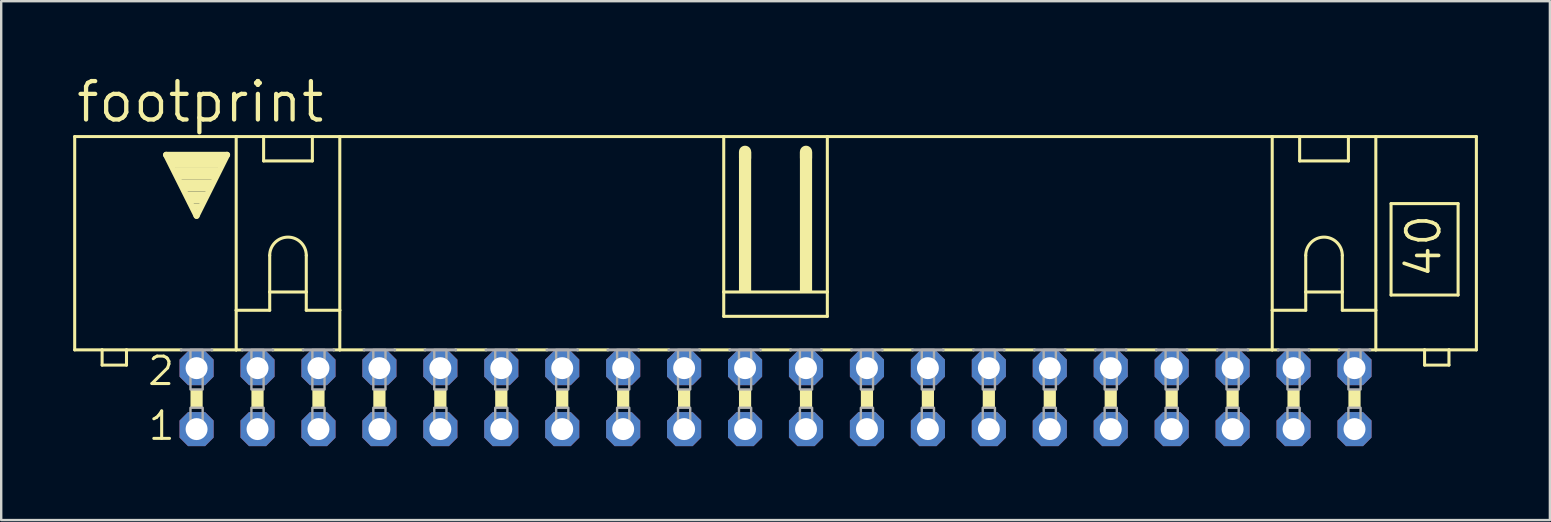
<source format=kicad_pcb>
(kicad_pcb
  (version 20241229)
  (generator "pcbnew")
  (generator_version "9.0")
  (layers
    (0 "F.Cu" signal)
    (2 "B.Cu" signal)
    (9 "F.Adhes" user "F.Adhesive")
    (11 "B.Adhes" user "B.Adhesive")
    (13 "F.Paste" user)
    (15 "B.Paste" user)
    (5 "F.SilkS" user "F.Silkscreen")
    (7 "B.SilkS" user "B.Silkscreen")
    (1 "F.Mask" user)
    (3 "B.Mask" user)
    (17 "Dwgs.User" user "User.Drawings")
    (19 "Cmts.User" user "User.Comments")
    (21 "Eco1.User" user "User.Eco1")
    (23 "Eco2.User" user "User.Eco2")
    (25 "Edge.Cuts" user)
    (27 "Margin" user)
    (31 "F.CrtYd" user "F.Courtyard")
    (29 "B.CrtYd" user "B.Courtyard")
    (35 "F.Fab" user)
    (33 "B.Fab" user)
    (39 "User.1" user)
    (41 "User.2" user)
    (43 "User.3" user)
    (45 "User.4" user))
  (footprint "footprint"
    (layer "F.Cu")
    (at 29.273 13.564)
    (property "Reference" "footprint" (at -29.235 -11.43 0) (layer "F.SilkS") (effects (font (size 1.6 1.6) (thickness 0.178)) (justify left bottom)))
    (fp_line (start -29.21 -2.032) (end -29.21 -10.922) (stroke (width 0.127) (type solid)) (layer "F.SilkS"))
    (fp_line (start -29.21 -2.032) (end -28.067 -2.032) (stroke (width 0.127) (type solid)) (layer "F.SilkS"))
    (fp_line (start -28.067 -2.032) (end -28.067 -1.397) (stroke (width 0.127) (type solid)) (layer "F.SilkS"))
    (fp_line (start -28.067 -2.032) (end -27.051 -2.032) (stroke (width 0.127) (type solid)) (layer "F.SilkS"))
    (fp_line (start -27.051 -2.032) (end -24.765 -2.032) (stroke (width 0.127) (type solid)) (layer "F.SilkS"))
    (fp_line (start -27.051 -1.397) (end -28.067 -1.397) (stroke (width 0.127) (type solid)) (layer "F.SilkS"))
    (fp_line (start -27.051 -1.397) (end -27.051 -2.032) (stroke (width 0.127) (type solid)) (layer "F.SilkS"))
    (fp_line (start -25.4 -10.16) (end -22.86 -10.16) (stroke (width 0.254) (type solid)) (layer "F.SilkS"))
    (fp_line (start -24.13 -7.62) (end -25.4 -10.16) (stroke (width 0.254) (type solid)) (layer "F.SilkS"))
    (fp_line (start -23.495 -2.032) (end -22.479 -2.032) (stroke (width 0.127) (type solid)) (layer "F.SilkS"))
    (fp_line (start -22.86 -10.16) (end -24.13 -7.62) (stroke (width 0.254) (type solid)) (layer "F.SilkS"))
    (fp_line (start -22.479 -10.922) (end -29.21 -10.922) (stroke (width 0.127) (type solid)) (layer "F.SilkS"))
    (fp_line (start -22.479 -10.922) (end -21.336 -10.922) (stroke (width 0.127) (type solid)) (layer "F.SilkS"))
    (fp_line (start -22.479 -3.683) (end -22.479 -10.922) (stroke (width 0.127) (type solid)) (layer "F.SilkS"))
    (fp_line (start -22.479 -3.683) (end -22.479 -2.032) (stroke (width 0.127) (type solid)) (layer "F.SilkS"))
    (fp_line (start -22.479 -3.683) (end -21.082 -3.683) (stroke (width 0.127) (type solid)) (layer "F.SilkS"))
    (fp_line (start -22.479 -2.032) (end -22.225 -2.032) (stroke (width 0.127) (type solid)) (layer "F.SilkS"))
    (fp_line (start -21.336 -10.922) (end -19.304 -10.922) (stroke (width 0.127) (type solid)) (layer "F.SilkS"))
    (fp_line (start -21.336 -9.906) (end -21.336 -10.922) (stroke (width 0.127) (type solid)) (layer "F.SilkS"))
    (fp_line (start -21.336 -9.906) (end -19.304 -9.906) (stroke (width 0.127) (type solid)) (layer "F.SilkS"))
    (fp_line (start -21.082 -5.969) (end -21.082 -4.445) (stroke (width 0.127) (type solid)) (layer "F.SilkS"))
    (fp_line (start -21.082 -4.445) (end -21.082 -3.683) (stroke (width 0.127) (type solid)) (layer "F.SilkS"))
    (fp_line (start -21.082 -4.445) (end -19.558 -4.445) (stroke (width 0.127) (type solid)) (layer "F.SilkS"))
    (fp_line (start -20.955 -2.032) (end -19.685 -2.032) (stroke (width 0.127) (type solid)) (layer "F.SilkS"))
    (fp_line (start -19.558 -5.969) (end -19.558 -4.445) (stroke (width 0.127) (type solid)) (layer "F.SilkS"))
    (fp_line (start -19.558 -4.445) (end -19.558 -3.683) (stroke (width 0.127) (type solid)) (layer "F.SilkS"))
    (fp_line (start -19.558 -3.683) (end -18.161 -3.683) (stroke (width 0.127) (type solid)) (layer "F.SilkS"))
    (fp_line (start -19.304 -10.922) (end -19.304 -9.906) (stroke (width 0.127) (type solid)) (layer "F.SilkS"))
    (fp_line (start -19.304 -10.922) (end -18.161 -10.922) (stroke (width 0.127) (type solid)) (layer "F.SilkS"))
    (fp_line (start -18.415 -2.032) (end -18.161 -2.032) (stroke (width 0.127) (type solid)) (layer "F.SilkS"))
    (fp_line (start -18.161 -10.922) (end -2.159 -10.922) (stroke (width 0.127) (type solid)) (layer "F.SilkS"))
    (fp_line (start -18.161 -3.683) (end -18.161 -10.922) (stroke (width 0.127) (type solid)) (layer "F.SilkS"))
    (fp_line (start -18.161 -3.683) (end -18.161 -2.032) (stroke (width 0.127) (type solid)) (layer "F.SilkS"))
    (fp_line (start -18.161 -2.032) (end -17.145 -2.032) (stroke (width 0.127) (type solid)) (layer "F.SilkS"))
    (fp_line (start -15.875 -2.032) (end -14.605 -2.032) (stroke (width 0.127) (type solid)) (layer "F.SilkS"))
    (fp_line (start -13.335 -2.032) (end -12.065 -2.032) (stroke (width 0.127) (type solid)) (layer "F.SilkS"))
    (fp_line (start -10.795 -2.032) (end -9.525 -2.032) (stroke (width 0.127) (type solid)) (layer "F.SilkS"))
    (fp_line (start -8.255 -2.032) (end -6.985 -2.032) (stroke (width 0.127) (type solid)) (layer "F.SilkS"))
    (fp_line (start -5.715 -2.032) (end -4.445 -2.032) (stroke (width 0.127) (type solid)) (layer "F.SilkS"))
    (fp_line (start -3.175 -2.032) (end -1.905 -2.032) (stroke (width 0.127) (type solid)) (layer "F.SilkS"))
    (fp_line (start -2.159 -10.922) (end -2.159 -4.445) (stroke (width 0.127) (type solid)) (layer "F.SilkS"))
    (fp_line (start -2.159 -10.922) (end 2.159 -10.922) (stroke (width 0.127) (type solid)) (layer "F.SilkS"))
    (fp_line (start -2.159 -4.445) (end -2.159 -3.429) (stroke (width 0.127) (type solid)) (layer "F.SilkS"))
    (fp_line (start -1.27 -10.033) (end -1.27 -10.287) (stroke (width 0.508) (type solid)) (layer "F.SilkS"))
    (fp_line (start -0.635 -2.032) (end 0.635 -2.032) (stroke (width 0.127) (type solid)) (layer "F.SilkS"))
    (fp_line (start 1.27 -10.033) (end 1.27 -10.287) (stroke (width 0.508) (type solid)) (layer "F.SilkS"))
    (fp_line (start 1.905 -2.032) (end 3.175 -2.032) (stroke (width 0.127) (type solid)) (layer "F.SilkS"))
    (fp_line (start 2.159 -10.922) (end 2.159 -4.445) (stroke (width 0.127) (type solid)) (layer "F.SilkS"))
    (fp_line (start 2.159 -10.922) (end 20.701 -10.922) (stroke (width 0.127) (type solid)) (layer "F.SilkS"))
    (fp_line (start 2.159 -4.445) (end -2.159 -4.445) (stroke (width 0.127) (type solid)) (layer "F.SilkS"))
    (fp_line (start 2.159 -4.445) (end 2.159 -3.429) (stroke (width 0.127) (type solid)) (layer "F.SilkS"))
    (fp_line (start 2.159 -3.429) (end -2.159 -3.429) (stroke (width 0.127) (type solid)) (layer "F.SilkS"))
    (fp_line (start 4.445 -2.032) (end 5.715 -2.032) (stroke (width 0.127) (type solid)) (layer "F.SilkS"))
    (fp_line (start 6.985 -2.032) (end 8.255 -2.032) (stroke (width 0.127) (type solid)) (layer "F.SilkS"))
    (fp_line (start 9.525 -2.032) (end 10.795 -2.032) (stroke (width 0.127) (type solid)) (layer "F.SilkS"))
    (fp_line (start 12.065 -2.032) (end 13.335 -2.032) (stroke (width 0.127) (type solid)) (layer "F.SilkS"))
    (fp_line (start 14.605 -2.032) (end 15.875 -2.032) (stroke (width 0.127) (type solid)) (layer "F.SilkS"))
    (fp_line (start 17.145 -2.032) (end 18.415 -2.032) (stroke (width 0.127) (type solid)) (layer "F.SilkS"))
    (fp_line (start 19.685 -2.032) (end 20.701 -2.032) (stroke (width 0.127) (type solid)) (layer "F.SilkS"))
    (fp_line (start 20.701 -10.922) (end 29.21 -10.922) (stroke (width 0.127) (type solid)) (layer "F.SilkS"))
    (fp_line (start 20.701 -3.683) (end 20.701 -10.922) (stroke (width 0.127) (type solid)) (layer "F.SilkS"))
    (fp_line (start 20.701 -3.683) (end 20.701 -2.032) (stroke (width 0.127) (type solid)) (layer "F.SilkS"))
    (fp_line (start 20.701 -3.683) (end 22.098 -3.683) (stroke (width 0.127) (type solid)) (layer "F.SilkS"))
    (fp_line (start 20.701 -2.032) (end 20.955 -2.032) (stroke (width 0.127) (type solid)) (layer "F.SilkS"))
    (fp_line (start 21.844 -9.906) (end 21.844 -10.922) (stroke (width 0.127) (type solid)) (layer "F.SilkS"))
    (fp_line (start 21.844 -9.906) (end 23.876 -9.906) (stroke (width 0.127) (type solid)) (layer "F.SilkS"))
    (fp_line (start 22.098 -5.969) (end 22.098 -4.445) (stroke (width 0.127) (type solid)) (layer "F.SilkS"))
    (fp_line (start 22.098 -4.445) (end 22.098 -3.683) (stroke (width 0.127) (type solid)) (layer "F.SilkS"))
    (fp_line (start 22.098 -4.445) (end 23.622 -4.445) (stroke (width 0.127) (type solid)) (layer "F.SilkS"))
    (fp_line (start 22.225 -2.032) (end 23.495 -2.032) (stroke (width 0.127) (type solid)) (layer "F.SilkS"))
    (fp_line (start 23.622 -5.969) (end 23.622 -4.445) (stroke (width 0.127) (type solid)) (layer "F.SilkS"))
    (fp_line (start 23.622 -4.445) (end 23.622 -3.683) (stroke (width 0.127) (type solid)) (layer "F.SilkS"))
    (fp_line (start 23.622 -3.683) (end 25.019 -3.683) (stroke (width 0.127) (type solid)) (layer "F.SilkS"))
    (fp_line (start 23.876 -10.922) (end 23.876 -9.906) (stroke (width 0.127) (type solid)) (layer "F.SilkS"))
    (fp_line (start 25.019 -3.683) (end 25.019 -10.922) (stroke (width 0.127) (type solid)) (layer "F.SilkS"))
    (fp_line (start 25.019 -3.683) (end 25.019 -2.032) (stroke (width 0.127) (type solid)) (layer "F.SilkS"))
    (fp_line (start 25.019 -2.032) (end 24.765 -2.032) (stroke (width 0.127) (type solid)) (layer "F.SilkS"))
    (fp_line (start 25.654 -8.128) (end 25.654 -4.318) (stroke (width 0.127) (type solid)) (layer "F.SilkS"))
    (fp_line (start 25.654 -8.128) (end 28.448 -8.128) (stroke (width 0.127) (type solid)) (layer "F.SilkS"))
    (fp_line (start 25.654 -4.318) (end 28.448 -4.318) (stroke (width 0.127) (type solid)) (layer "F.SilkS"))
    (fp_line (start 27.051 -2.032) (end 25.019 -2.032) (stroke (width 0.127) (type solid)) (layer "F.SilkS"))
    (fp_line (start 27.051 -2.032) (end 27.051 -1.397) (stroke (width 0.127) (type solid)) (layer "F.SilkS"))
    (fp_line (start 28.067 -2.032) (end 27.051 -2.032) (stroke (width 0.127) (type solid)) (layer "F.SilkS"))
    (fp_line (start 28.067 -1.397) (end 27.051 -1.397) (stroke (width 0.127) (type solid)) (layer "F.SilkS"))
    (fp_line (start 28.067 -1.397) (end 28.067 -2.032) (stroke (width 0.127) (type solid)) (layer "F.SilkS"))
    (fp_line (start 28.448 -4.318) (end 28.448 -8.128) (stroke (width 0.127) (type solid)) (layer "F.SilkS"))
    (fp_line (start 29.21 -2.032) (end 28.067 -2.032) (stroke (width 0.127) (type solid)) (layer "F.SilkS"))
    (fp_line (start 29.21 -2.032) (end 29.21 -10.922) (stroke (width 0.127) (type solid)) (layer "F.SilkS"))
    (fp_arc (start -21.082 -5.969) (mid -20.32 -6.731) (end -19.558 -5.969) (stroke (width 0.127) (type solid)) (layer "F.SilkS"))
    (fp_arc (start 22.098 -5.969) (mid 22.86 -6.731) (end 23.622 -5.969) (stroke (width 0.127) (type solid)) (layer "F.SilkS"))
    (fp_poly (pts (xy -25.273 -9.652) (xy -22.987 -9.652) (xy -22.987 -10.16) (xy -25.273 -10.16)) (stroke (width 0) (type solid)) (fill yes) (layer "F.SilkS"))
    (fp_poly (pts (xy -25.019 -9.144) (xy -23.241 -9.144) (xy -23.241 -9.652) (xy -25.019 -9.652)) (stroke (width 0) (type solid)) (fill yes) (layer "F.SilkS"))
    (fp_poly (pts (xy -24.765 -8.636) (xy -23.495 -8.636) (xy -23.495 -9.144) (xy -24.765 -9.144)) (stroke (width 0) (type solid)) (fill yes) (layer "F.SilkS"))
    (fp_poly (pts (xy -24.511 -8.128) (xy -23.749 -8.128) (xy -23.749 -8.636) (xy -24.511 -8.636)) (stroke (width 0) (type solid)) (fill yes) (layer "F.SilkS"))
    (fp_poly (pts (xy -24.384 0.381) (xy -23.876 0.381) (xy -23.876 -0.381) (xy -24.384 -0.381)) (stroke (width 0) (type solid)) (fill yes) (layer "F.SilkS"))
    (fp_poly (pts (xy -24.257 -7.874) (xy -24.003 -7.874) (xy -24.003 -8.128) (xy -24.257 -8.128)) (stroke (width 0) (type solid)) (fill yes) (layer "F.SilkS"))
    (fp_poly (pts (xy -21.844 0.381) (xy -21.336 0.381) (xy -21.336 -0.381) (xy -21.844 -0.381)) (stroke (width 0) (type solid)) (fill yes) (layer "F.SilkS"))
    (fp_poly (pts (xy -19.304 0.381) (xy -18.796 0.381) (xy -18.796 -0.381) (xy -19.304 -0.381)) (stroke (width 0) (type solid)) (fill yes) (layer "F.SilkS"))
    (fp_poly (pts (xy -16.764 0.381) (xy -16.256 0.381) (xy -16.256 -0.381) (xy -16.764 -0.381)) (stroke (width 0) (type solid)) (fill yes) (layer "F.SilkS"))
    (fp_poly (pts (xy -14.224 0.381) (xy -13.716 0.381) (xy -13.716 -0.381) (xy -14.224 -0.381)) (stroke (width 0) (type solid)) (fill yes) (layer "F.SilkS"))
    (fp_poly (pts (xy -11.684 0.381) (xy -11.176 0.381) (xy -11.176 -0.381) (xy -11.684 -0.381)) (stroke (width 0) (type solid)) (fill yes) (layer "F.SilkS"))
    (fp_poly (pts (xy -9.144 0.381) (xy -8.636 0.381) (xy -8.636 -0.381) (xy -9.144 -0.381)) (stroke (width 0) (type solid)) (fill yes) (layer "F.SilkS"))
    (fp_poly (pts (xy -6.604 0.381) (xy -6.096 0.381) (xy -6.096 -0.381) (xy -6.604 -0.381)) (stroke (width 0) (type solid)) (fill yes) (layer "F.SilkS"))
    (fp_poly (pts (xy -4.064 0.381) (xy -3.556 0.381) (xy -3.556 -0.381) (xy -4.064 -0.381)) (stroke (width 0) (type solid)) (fill yes) (layer "F.SilkS"))
    (fp_poly (pts (xy -1.524 -4.445) (xy -1.016 -4.445) (xy -1.016 -10.287) (xy -1.524 -10.287)) (stroke (width 0) (type solid)) (fill yes) (layer "F.SilkS"))
    (fp_poly (pts (xy -1.524 0.381) (xy -1.016 0.381) (xy -1.016 -0.381) (xy -1.524 -0.381)) (stroke (width 0) (type solid)) (fill yes) (layer "F.SilkS"))
    (fp_poly (pts (xy 1.016 -4.445) (xy 1.524 -4.445) (xy 1.524 -10.287) (xy 1.016 -10.287)) (stroke (width 0) (type solid)) (fill yes) (layer "F.SilkS"))
    (fp_poly (pts (xy 1.016 0.381) (xy 1.524 0.381) (xy 1.524 -0.381) (xy 1.016 -0.381)) (stroke (width 0) (type solid)) (fill yes) (layer "F.SilkS"))
    (fp_poly (pts (xy 3.556 0.381) (xy 4.064 0.381) (xy 4.064 -0.381) (xy 3.556 -0.381)) (stroke (width 0) (type solid)) (fill yes) (layer "F.SilkS"))
    (fp_poly (pts (xy 6.096 0.381) (xy 6.604 0.381) (xy 6.604 -0.381) (xy 6.096 -0.381)) (stroke (width 0) (type solid)) (fill yes) (layer "F.SilkS"))
    (fp_poly (pts (xy 8.636 0.381) (xy 9.144 0.381) (xy 9.144 -0.381) (xy 8.636 -0.381)) (stroke (width 0) (type solid)) (fill yes) (layer "F.SilkS"))
    (fp_poly (pts (xy 11.176 0.381) (xy 11.684 0.381) (xy 11.684 -0.381) (xy 11.176 -0.381)) (stroke (width 0) (type solid)) (fill yes) (layer "F.SilkS"))
    (fp_poly (pts (xy 13.716 0.381) (xy 14.224 0.381) (xy 14.224 -0.381) (xy 13.716 -0.381)) (stroke (width 0) (type solid)) (fill yes) (layer "F.SilkS"))
    (fp_poly (pts (xy 16.256 0.381) (xy 16.764 0.381) (xy 16.764 -0.381) (xy 16.256 -0.381)) (stroke (width 0) (type solid)) (fill yes) (layer "F.SilkS"))
    (fp_poly (pts (xy 18.796 0.381) (xy 19.304 0.381) (xy 19.304 -0.381) (xy 18.796 -0.381)) (stroke (width 0) (type solid)) (fill yes) (layer "F.SilkS"))
    (fp_poly (pts (xy 21.336 0.381) (xy 21.844 0.381) (xy 21.844 -0.381) (xy 21.336 -0.381)) (stroke (width 0) (type solid)) (fill yes) (layer "F.SilkS"))
    (fp_poly (pts (xy 23.876 0.381) (xy 24.384 0.381) (xy 24.384 -0.381) (xy 23.876 -0.381)) (stroke (width 0) (type solid)) (fill yes) (layer "F.SilkS"))
    (fp_line (start -24.765 -2.032) (end -23.495 -2.032) (stroke (width 0.127) (type solid)) (layer "F.Fab"))
    (fp_line (start -22.225 -2.032) (end -20.955 -2.032) (stroke (width 0.127) (type solid)) (layer "F.Fab"))
    (fp_line (start -19.685 -2.032) (end -18.415 -2.032) (stroke (width 0.127) (type solid)) (layer "F.Fab"))
    (fp_line (start -17.145 -2.032) (end -15.875 -2.032) (stroke (width 0.127) (type solid)) (layer "F.Fab"))
    (fp_line (start -14.605 -2.032) (end -13.335 -2.032) (stroke (width 0.127) (type solid)) (layer "F.Fab"))
    (fp_line (start -12.065 -2.032) (end -10.795 -2.032) (stroke (width 0.127) (type solid)) (layer "F.Fab"))
    (fp_line (start -9.525 -2.032) (end -8.255 -2.032) (stroke (width 0.127) (type solid)) (layer "F.Fab"))
    (fp_line (start -6.985 -2.032) (end -5.715 -2.032) (stroke (width 0.127) (type solid)) (layer "F.Fab"))
    (fp_line (start -4.445 -2.032) (end -3.175 -2.032) (stroke (width 0.127) (type solid)) (layer "F.Fab"))
    (fp_line (start -1.905 -2.032) (end -0.635 -2.032) (stroke (width 0.127) (type solid)) (layer "F.Fab"))
    (fp_line (start 0.635 -2.032) (end 1.905 -2.032) (stroke (width 0.127) (type solid)) (layer "F.Fab"))
    (fp_line (start 3.175 -2.032) (end 4.445 -2.032) (stroke (width 0.127) (type solid)) (layer "F.Fab"))
    (fp_line (start 5.715 -2.032) (end 6.985 -2.032) (stroke (width 0.127) (type solid)) (layer "F.Fab"))
    (fp_line (start 8.255 -2.032) (end 9.525 -2.032) (stroke (width 0.127) (type solid)) (layer "F.Fab"))
    (fp_line (start 10.795 -2.032) (end 12.065 -2.032) (stroke (width 0.127) (type solid)) (layer "F.Fab"))
    (fp_line (start 13.335 -2.032) (end 14.605 -2.032) (stroke (width 0.127) (type solid)) (layer "F.Fab"))
    (fp_line (start 15.875 -2.032) (end 17.145 -2.032) (stroke (width 0.127) (type solid)) (layer "F.Fab"))
    (fp_line (start 19.685 -2.032) (end 18.415 -2.032) (stroke (width 0.127) (type solid)) (layer "F.Fab"))
    (fp_line (start 22.225 -2.032) (end 20.955 -2.032) (stroke (width 0.127) (type solid)) (layer "F.Fab"))
    (fp_line (start 24.765 -2.032) (end 23.495 -2.032) (stroke (width 0.127) (type solid)) (layer "F.Fab"))
    (fp_poly (pts (xy -24.384 -0.381) (xy -23.876 -0.381) (xy -23.876 -2.032) (xy -24.384 -2.032)) (stroke (width 0.1) (type solid)) (fill no) (layer "F.Fab"))
    (fp_poly (pts (xy -24.384 1.524) (xy -23.876 1.524) (xy -23.876 0.381) (xy -24.384 0.381)) (stroke (width 0.1) (type solid)) (fill no) (layer "F.Fab"))
    (fp_poly (pts (xy -21.844 -0.381) (xy -21.336 -0.381) (xy -21.336 -2.032) (xy -21.844 -2.032)) (stroke (width 0.1) (type solid)) (fill no) (layer "F.Fab"))
    (fp_poly (pts (xy -21.844 1.524) (xy -21.336 1.524) (xy -21.336 0.381) (xy -21.844 0.381)) (stroke (width 0.1) (type solid)) (fill no) (layer "F.Fab"))
    (fp_poly (pts (xy -19.304 -0.381) (xy -18.796 -0.381) (xy -18.796 -2.032) (xy -19.304 -2.032)) (stroke (width 0.1) (type solid)) (fill no) (layer "F.Fab"))
    (fp_poly (pts (xy -19.304 1.524) (xy -18.796 1.524) (xy -18.796 0.381) (xy -19.304 0.381)) (stroke (width 0.1) (type solid)) (fill no) (layer "F.Fab"))
    (fp_poly (pts (xy -16.764 -0.381) (xy -16.256 -0.381) (xy -16.256 -2.032) (xy -16.764 -2.032)) (stroke (width 0.1) (type solid)) (fill no) (layer "F.Fab"))
    (fp_poly (pts (xy -16.764 1.524) (xy -16.256 1.524) (xy -16.256 0.381) (xy -16.764 0.381)) (stroke (width 0.1) (type solid)) (fill no) (layer "F.Fab"))
    (fp_poly (pts (xy -14.224 -0.381) (xy -13.716 -0.381) (xy -13.716 -2.032) (xy -14.224 -2.032)) (stroke (width 0.1) (type solid)) (fill no) (layer "F.Fab"))
    (fp_poly (pts (xy -14.224 1.524) (xy -13.716 1.524) (xy -13.716 0.381) (xy -14.224 0.381)) (stroke (width 0.1) (type solid)) (fill no) (layer "F.Fab"))
    (fp_poly (pts (xy -11.684 -0.381) (xy -11.176 -0.381) (xy -11.176 -2.032) (xy -11.684 -2.032)) (stroke (width 0.1) (type solid)) (fill no) (layer "F.Fab"))
    (fp_poly (pts (xy -11.684 1.524) (xy -11.176 1.524) (xy -11.176 0.381) (xy -11.684 0.381)) (stroke (width 0.1) (type solid)) (fill no) (layer "F.Fab"))
    (fp_poly (pts (xy -9.144 -0.381) (xy -8.636 -0.381) (xy -8.636 -2.032) (xy -9.144 -2.032)) (stroke (width 0.1) (type solid)) (fill no) (layer "F.Fab"))
    (fp_poly (pts (xy -9.144 1.524) (xy -8.636 1.524) (xy -8.636 0.381) (xy -9.144 0.381)) (stroke (width 0.1) (type solid)) (fill no) (layer "F.Fab"))
    (fp_poly (pts (xy -6.604 -0.381) (xy -6.096 -0.381) (xy -6.096 -2.032) (xy -6.604 -2.032)) (stroke (width 0.1) (type solid)) (fill no) (layer "F.Fab"))
    (fp_poly (pts (xy -6.604 1.524) (xy -6.096 1.524) (xy -6.096 0.381) (xy -6.604 0.381)) (stroke (width 0.1) (type solid)) (fill no) (layer "F.Fab"))
    (fp_poly (pts (xy -4.064 -0.381) (xy -3.556 -0.381) (xy -3.556 -2.032) (xy -4.064 -2.032)) (stroke (width 0.1) (type solid)) (fill no) (layer "F.Fab"))
    (fp_poly (pts (xy -4.064 1.524) (xy -3.556 1.524) (xy -3.556 0.381) (xy -4.064 0.381)) (stroke (width 0.1) (type solid)) (fill no) (layer "F.Fab"))
    (fp_poly (pts (xy -1.524 -0.381) (xy -1.016 -0.381) (xy -1.016 -2.032) (xy -1.524 -2.032)) (stroke (width 0.1) (type solid)) (fill no) (layer "F.Fab"))
    (fp_poly (pts (xy -1.524 1.524) (xy -1.016 1.524) (xy -1.016 0.381) (xy -1.524 0.381)) (stroke (width 0.1) (type solid)) (fill no) (layer "F.Fab"))
    (fp_poly (pts (xy 1.016 -0.381) (xy 1.524 -0.381) (xy 1.524 -2.032) (xy 1.016 -2.032)) (stroke (width 0.1) (type solid)) (fill no) (layer "F.Fab"))
    (fp_poly (pts (xy 1.016 1.524) (xy 1.524 1.524) (xy 1.524 0.381) (xy 1.016 0.381)) (stroke (width 0.1) (type solid)) (fill no) (layer "F.Fab"))
    (fp_poly (pts (xy 3.556 -0.381) (xy 4.064 -0.381) (xy 4.064 -2.032) (xy 3.556 -2.032)) (stroke (width 0.1) (type solid)) (fill no) (layer "F.Fab"))
    (fp_poly (pts (xy 3.556 1.524) (xy 4.064 1.524) (xy 4.064 0.381) (xy 3.556 0.381)) (stroke (width 0.1) (type solid)) (fill no) (layer "F.Fab"))
    (fp_poly (pts (xy 6.096 -0.381) (xy 6.604 -0.381) (xy 6.604 -2.032) (xy 6.096 -2.032)) (stroke (width 0.1) (type solid)) (fill no) (layer "F.Fab"))
    (fp_poly (pts (xy 6.096 1.524) (xy 6.604 1.524) (xy 6.604 0.381) (xy 6.096 0.381)) (stroke (width 0.1) (type solid)) (fill no) (layer "F.Fab"))
    (fp_poly (pts (xy 8.636 -0.381) (xy 9.144 -0.381) (xy 9.144 -2.032) (xy 8.636 -2.032)) (stroke (width 0.1) (type solid)) (fill no) (layer "F.Fab"))
    (fp_poly (pts (xy 8.636 1.524) (xy 9.144 1.524) (xy 9.144 0.381) (xy 8.636 0.381)) (stroke (width 0.1) (type solid)) (fill no) (layer "F.Fab"))
    (fp_poly (pts (xy 11.176 -0.381) (xy 11.684 -0.381) (xy 11.684 -2.032) (xy 11.176 -2.032)) (stroke (width 0.1) (type solid)) (fill no) (layer "F.Fab"))
    (fp_poly (pts (xy 11.176 1.524) (xy 11.684 1.524) (xy 11.684 0.381) (xy 11.176 0.381)) (stroke (width 0.1) (type solid)) (fill no) (layer "F.Fab"))
    (fp_poly (pts (xy 13.716 -0.381) (xy 14.224 -0.381) (xy 14.224 -2.032) (xy 13.716 -2.032)) (stroke (width 0.1) (type solid)) (fill no) (layer "F.Fab"))
    (fp_poly (pts (xy 13.716 1.524) (xy 14.224 1.524) (xy 14.224 0.381) (xy 13.716 0.381)) (stroke (width 0.1) (type solid)) (fill no) (layer "F.Fab"))
    (fp_poly (pts (xy 16.256 -0.381) (xy 16.764 -0.381) (xy 16.764 -2.032) (xy 16.256 -2.032)) (stroke (width 0.1) (type solid)) (fill no) (layer "F.Fab"))
    (fp_poly (pts (xy 16.256 1.524) (xy 16.764 1.524) (xy 16.764 0.381) (xy 16.256 0.381)) (stroke (width 0.1) (type solid)) (fill no) (layer "F.Fab"))
    (fp_poly (pts (xy 18.796 -0.381) (xy 19.304 -0.381) (xy 19.304 -2.032) (xy 18.796 -2.032)) (stroke (width 0.1) (type solid)) (fill no) (layer "F.Fab"))
    (fp_poly (pts (xy 18.796 1.524) (xy 19.304 1.524) (xy 19.304 0.381) (xy 18.796 0.381)) (stroke (width 0.1) (type solid)) (fill no) (layer "F.Fab"))
    (fp_poly (pts (xy 21.336 -0.381) (xy 21.844 -0.381) (xy 21.844 -2.032) (xy 21.336 -2.032)) (stroke (width 0.1) (type solid)) (fill no) (layer "F.Fab"))
    (fp_poly (pts (xy 21.336 1.524) (xy 21.844 1.524) (xy 21.844 0.381) (xy 21.336 0.381)) (stroke (width 0.1) (type solid)) (fill no) (layer "F.Fab"))
    (fp_poly (pts (xy 23.876 -0.381) (xy 24.384 -0.381) (xy 24.384 -2.032) (xy 23.876 -2.032)) (stroke (width 0.1) (type solid)) (fill no) (layer "F.Fab"))
    (fp_poly (pts (xy 23.876 1.524) (xy 24.384 1.524) (xy 24.384 0.381) (xy 23.876 0.381)) (stroke (width 0.1) (type solid)) (fill no) (layer "F.Fab"))
    (fp_text user "2" (at -26.238 -0.483 0) (layer "F.SilkS") (effects (font (size 1.143 1.143) (thickness 0.127)) (justify left bottom)))
    (fp_text user "40" (at 27.813 -4.953 90) (layer "F.SilkS") (effects (font (size 1.372 1.372) (thickness 0.152)) (justify left bottom)))
    (fp_text user "1" (at -26.213 1.803 0) (layer "F.SilkS") (effects (font (size 1.143 1.143) (thickness 0.127)) (justify left bottom)))
    (pad "1" thru_hole roundrect (at -24.13 1.27) (size 1.422 1.422) (drill 0.914) (layers "*.Cu" "*.Mask") (roundrect_rratio 0.25) (chamfer_ratio 0.25) (chamfer top_left top_right bottom_left bottom_right))
    (pad "2" thru_hole roundrect (at -24.13 -1.27) (size 1.422 1.422) (drill 0.914) (layers "*.Cu" "*.Mask") (roundrect_rratio 0.25) (chamfer_ratio 0.25) (chamfer top_left top_right bottom_left bottom_right))
    (pad "3" thru_hole roundrect (at -21.59 1.27) (size 1.422 1.422) (drill 0.914) (layers "*.Cu" "*.Mask") (roundrect_rratio 0.25) (chamfer_ratio 0.25) (chamfer top_left top_right bottom_left bottom_right))
    (pad "4" thru_hole roundrect (at -21.59 -1.27) (size 1.422 1.422) (drill 0.914) (layers "*.Cu" "*.Mask") (roundrect_rratio 0.25) (chamfer_ratio 0.25) (chamfer top_left top_right bottom_left bottom_right))
    (pad "5" thru_hole roundrect (at -19.05 1.27) (size 1.422 1.422) (drill 0.914) (layers "*.Cu" "*.Mask") (roundrect_rratio 0.25) (chamfer_ratio 0.25) (chamfer top_left top_right bottom_left bottom_right))
    (pad "6" thru_hole roundrect (at -19.05 -1.27) (size 1.422 1.422) (drill 0.914) (layers "*.Cu" "*.Mask") (roundrect_rratio 0.25) (chamfer_ratio 0.25) (chamfer top_left top_right bottom_left bottom_right))
    (pad "7" thru_hole roundrect (at -16.51 1.27) (size 1.422 1.422) (drill 0.914) (layers "*.Cu" "*.Mask") (roundrect_rratio 0.25) (chamfer_ratio 0.25) (chamfer top_left top_right bottom_left bottom_right))
    (pad "8" thru_hole roundrect (at -16.51 -1.27) (size 1.422 1.422) (drill 0.914) (layers "*.Cu" "*.Mask") (roundrect_rratio 0.25) (chamfer_ratio 0.25) (chamfer top_left top_right bottom_left bottom_right))
    (pad "9" thru_hole roundrect (at -13.97 1.27) (size 1.422 1.422) (drill 0.914) (layers "*.Cu" "*.Mask") (roundrect_rratio 0.25) (chamfer_ratio 0.25) (chamfer top_left top_right bottom_left bottom_right))
    (pad "10" thru_hole roundrect (at -13.97 -1.27) (size 1.422 1.422) (drill 0.914) (layers "*.Cu" "*.Mask") (roundrect_rratio 0.25) (chamfer_ratio 0.25) (chamfer top_left top_right bottom_left bottom_right))
    (pad "11" thru_hole roundrect (at -11.43 1.27) (size 1.422 1.422) (drill 0.914) (layers "*.Cu" "*.Mask") (roundrect_rratio 0.25) (chamfer_ratio 0.25) (chamfer top_left top_right bottom_left bottom_right))
    (pad "12" thru_hole roundrect (at -11.43 -1.27) (size 1.422 1.422) (drill 0.914) (layers "*.Cu" "*.Mask") (roundrect_rratio 0.25) (chamfer_ratio 0.25) (chamfer top_left top_right bottom_left bottom_right))
    (pad "13" thru_hole roundrect (at -8.89 1.27) (size 1.422 1.422) (drill 0.914) (layers "*.Cu" "*.Mask") (roundrect_rratio 0.25) (chamfer_ratio 0.25) (chamfer top_left top_right bottom_left bottom_right))
    (pad "14" thru_hole roundrect (at -8.89 -1.27) (size 1.422 1.422) (drill 0.914) (layers "*.Cu" "*.Mask") (roundrect_rratio 0.25) (chamfer_ratio 0.25) (chamfer top_left top_right bottom_left bottom_right))
    (pad "15" thru_hole roundrect (at -6.35 1.27) (size 1.422 1.422) (drill 0.914) (layers "*.Cu" "*.Mask") (roundrect_rratio 0.25) (chamfer_ratio 0.25) (chamfer top_left top_right bottom_left bottom_right))
    (pad "16" thru_hole roundrect (at -6.35 -1.27) (size 1.422 1.422) (drill 0.914) (layers "*.Cu" "*.Mask") (roundrect_rratio 0.25) (chamfer_ratio 0.25) (chamfer top_left top_right bottom_left bottom_right))
    (pad "17" thru_hole roundrect (at -3.81 1.27) (size 1.422 1.422) (drill 0.914) (layers "*.Cu" "*.Mask") (roundrect_rratio 0.25) (chamfer_ratio 0.25) (chamfer top_left top_right bottom_left bottom_right))
    (pad "18" thru_hole roundrect (at -3.81 -1.27) (size 1.422 1.422) (drill 0.914) (layers "*.Cu" "*.Mask") (roundrect_rratio 0.25) (chamfer_ratio 0.25) (chamfer top_left top_right bottom_left bottom_right))
    (pad "19" thru_hole roundrect (at -1.27 1.27) (size 1.422 1.422) (drill 0.914) (layers "*.Cu" "*.Mask") (roundrect_rratio 0.25) (chamfer_ratio 0.25) (chamfer top_left top_right bottom_left bottom_right))
    (pad "20" thru_hole roundrect (at -1.27 -1.27) (size 1.422 1.422) (drill 0.914) (layers "*.Cu" "*.Mask") (roundrect_rratio 0.25) (chamfer_ratio 0.25) (chamfer top_left top_right bottom_left bottom_right))
    (pad "21" thru_hole roundrect (at 1.27 1.27) (size 1.422 1.422) (drill 0.914) (layers "*.Cu" "*.Mask") (roundrect_rratio 0.25) (chamfer_ratio 0.25) (chamfer top_left top_right bottom_left bottom_right))
    (pad "22" thru_hole roundrect (at 1.27 -1.27) (size 1.422 1.422) (drill 0.914) (layers "*.Cu" "*.Mask") (roundrect_rratio 0.25) (chamfer_ratio 0.25) (chamfer top_left top_right bottom_left bottom_right))
    (pad "23" thru_hole roundrect (at 3.81 1.27) (size 1.422 1.422) (drill 0.914) (layers "*.Cu" "*.Mask") (roundrect_rratio 0.25) (chamfer_ratio 0.25) (chamfer top_left top_right bottom_left bottom_right))
    (pad "24" thru_hole roundrect (at 3.81 -1.27) (size 1.422 1.422) (drill 0.914) (layers "*.Cu" "*.Mask") (roundrect_rratio 0.25) (chamfer_ratio 0.25) (chamfer top_left top_right bottom_left bottom_right))
    (pad "25" thru_hole roundrect (at 6.35 1.27) (size 1.422 1.422) (drill 0.914) (layers "*.Cu" "*.Mask") (roundrect_rratio 0.25) (chamfer_ratio 0.25) (chamfer top_left top_right bottom_left bottom_right))
    (pad "26" thru_hole roundrect (at 6.35 -1.27) (size 1.422 1.422) (drill 0.914) (layers "*.Cu" "*.Mask") (roundrect_rratio 0.25) (chamfer_ratio 0.25) (chamfer top_left top_right bottom_left bottom_right))
    (pad "27" thru_hole roundrect (at 8.89 1.27) (size 1.422 1.422) (drill 0.914) (layers "*.Cu" "*.Mask") (roundrect_rratio 0.25) (chamfer_ratio 0.25) (chamfer top_left top_right bottom_left bottom_right))
    (pad "28" thru_hole roundrect (at 8.89 -1.27) (size 1.422 1.422) (drill 0.914) (layers "*.Cu" "*.Mask") (roundrect_rratio 0.25) (chamfer_ratio 0.25) (chamfer top_left top_right bottom_left bottom_right))
    (pad "29" thru_hole roundrect (at 11.43 1.27) (size 1.422 1.422) (drill 0.914) (layers "*.Cu" "*.Mask") (roundrect_rratio 0.25) (chamfer_ratio 0.25) (chamfer top_left top_right bottom_left bottom_right))
    (pad "30" thru_hole roundrect (at 11.43 -1.27) (size 1.422 1.422) (drill 0.914) (layers "*.Cu" "*.Mask") (roundrect_rratio 0.25) (chamfer_ratio 0.25) (chamfer top_left top_right bottom_left bottom_right))
    (pad "31" thru_hole roundrect (at 13.97 1.27) (size 1.422 1.422) (drill 0.914) (layers "*.Cu" "*.Mask") (roundrect_rratio 0.25) (chamfer_ratio 0.25) (chamfer top_left top_right bottom_left bottom_right))
    (pad "32" thru_hole roundrect (at 13.97 -1.27) (size 1.422 1.422) (drill 0.914) (layers "*.Cu" "*.Mask") (roundrect_rratio 0.25) (chamfer_ratio 0.25) (chamfer top_left top_right bottom_left bottom_right))
    (pad "33" thru_hole roundrect (at 16.51 1.27) (size 1.422 1.422) (drill 0.914) (layers "*.Cu" "*.Mask") (roundrect_rratio 0.25) (chamfer_ratio 0.25) (chamfer top_left top_right bottom_left bottom_right))
    (pad "34" thru_hole roundrect (at 16.51 -1.27) (size 1.422 1.422) (drill 0.914) (layers "*.Cu" "*.Mask") (roundrect_rratio 0.25) (chamfer_ratio 0.25) (chamfer top_left top_right bottom_left bottom_right))
    (pad "35" thru_hole roundrect (at 19.05 1.27) (size 1.422 1.422) (drill 0.914) (layers "*.Cu" "*.Mask") (roundrect_rratio 0.25) (chamfer_ratio 0.25) (chamfer top_left top_right bottom_left bottom_right))
    (pad "36" thru_hole roundrect (at 19.05 -1.27) (size 1.422 1.422) (drill 0.914) (layers "*.Cu" "*.Mask") (roundrect_rratio 0.25) (chamfer_ratio 0.25) (chamfer top_left top_right bottom_left bottom_right))
    (pad "37" thru_hole roundrect (at 21.59 1.27) (size 1.422 1.422) (drill 0.914) (layers "*.Cu" "*.Mask") (roundrect_rratio 0.25) (chamfer_ratio 0.25) (chamfer top_left top_right bottom_left bottom_right))
    (pad "38" thru_hole roundrect (at 21.59 -1.27) (size 1.422 1.422) (drill 0.914) (layers "*.Cu" "*.Mask") (roundrect_rratio 0.25) (chamfer_ratio 0.25) (chamfer top_left top_right bottom_left bottom_right))
    (pad "39" thru_hole roundrect (at 24.13 1.27) (size 1.422 1.422) (drill 0.914) (layers "*.Cu" "*.Mask") (roundrect_rratio 0.25) (chamfer_ratio 0.25) (chamfer top_left top_right bottom_left bottom_right))
    (pad "40" thru_hole roundrect (at 24.13 -1.27) (size 1.422 1.422) (drill 0.914) (layers "*.Cu" "*.Mask") (roundrect_rratio 0.25) (chamfer_ratio 0.25) (chamfer top_left top_right bottom_left bottom_right)))
  (gr_rect
    (start -3 -3)
    (end 61.547 18.626)
    (stroke (width 0.1) (type default))
    (fill no)
    (layer "Edge.Cuts")))
</source>
